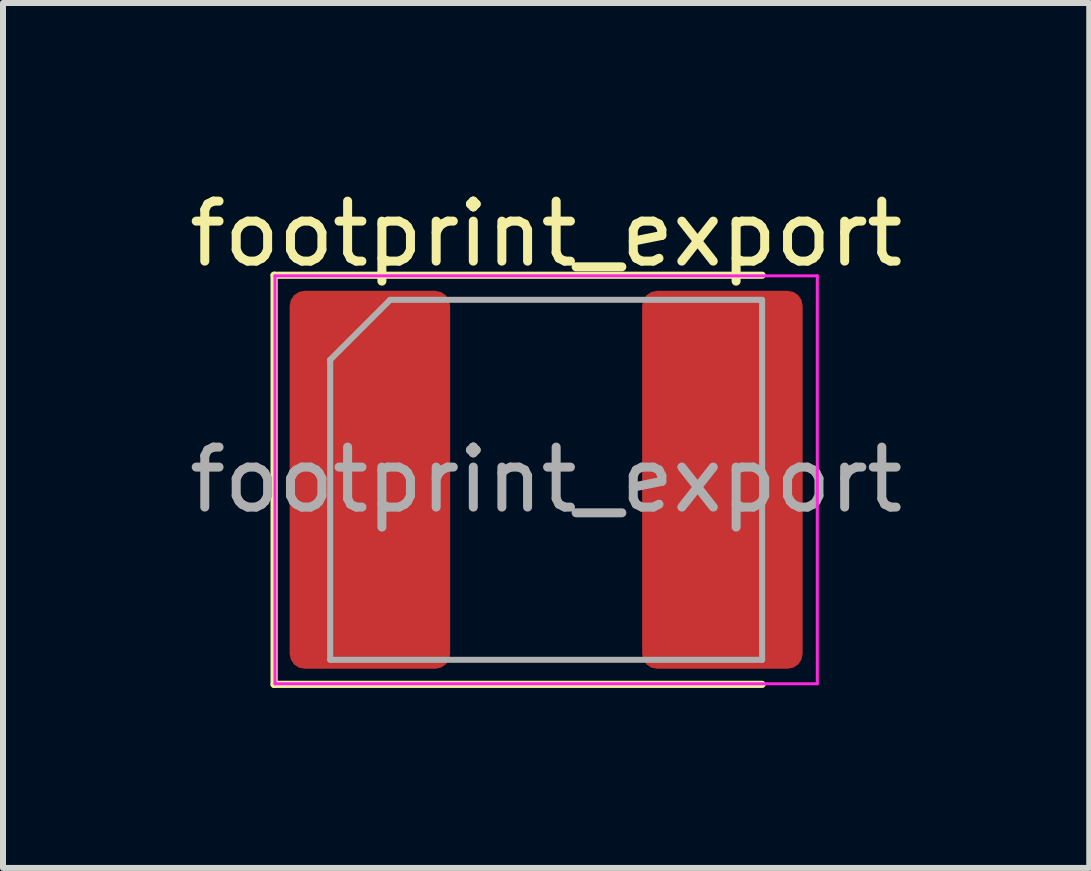
<source format=kicad_pcb>
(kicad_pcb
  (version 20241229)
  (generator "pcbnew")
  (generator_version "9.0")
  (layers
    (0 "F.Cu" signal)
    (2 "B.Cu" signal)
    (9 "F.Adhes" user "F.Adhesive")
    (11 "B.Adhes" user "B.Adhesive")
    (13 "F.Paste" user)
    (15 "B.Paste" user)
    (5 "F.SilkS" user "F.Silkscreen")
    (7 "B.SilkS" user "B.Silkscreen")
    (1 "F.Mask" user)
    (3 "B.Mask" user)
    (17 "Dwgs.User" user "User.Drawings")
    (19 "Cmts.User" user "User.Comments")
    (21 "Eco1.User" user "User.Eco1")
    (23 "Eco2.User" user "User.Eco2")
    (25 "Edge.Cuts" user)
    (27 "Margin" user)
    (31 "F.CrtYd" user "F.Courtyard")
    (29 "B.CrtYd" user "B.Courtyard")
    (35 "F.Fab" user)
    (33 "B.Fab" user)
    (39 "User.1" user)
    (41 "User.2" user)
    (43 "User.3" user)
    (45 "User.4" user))
  (footprint "footprint_export"
    (layer "F.Cu")
    (at 6.054 4.948)
    (property "Reference" "footprint_export" (at 0 -4.1 0) (layer "F.SilkS") (effects (font (size 1 1) (thickness 0.15))))
    (attr smd)
    (fp_line (start -4.535 -3.41) (end -4.535 3.41) (stroke (width 0.12) (type solid)) (layer "F.SilkS"))
    (fp_line (start -4.535 3.41) (end 3.6 3.41) (stroke (width 0.12) (type solid)) (layer "F.SilkS"))
    (fp_line (start 3.6 -3.41) (end -4.535 -3.41) (stroke (width 0.12) (type solid)) (layer "F.SilkS"))
    (fp_line (start -4.52 -3.4) (end 4.52 -3.4) (stroke (width 0.05) (type solid)) (layer "F.CrtYd"))
    (fp_line (start -4.52 3.4) (end -4.52 -3.4) (stroke (width 0.05) (type solid)) (layer "F.CrtYd"))
    (fp_line (start 4.52 -3.4) (end 4.52 3.4) (stroke (width 0.05) (type solid)) (layer "F.CrtYd"))
    (fp_line (start 4.52 3.4) (end -4.52 3.4) (stroke (width 0.05) (type solid)) (layer "F.CrtYd"))
    (fp_line (start -3.6 -2) (end -3.6 3) (stroke (width 0.1) (type solid)) (layer "F.Fab"))
    (fp_line (start -3.6 3) (end 3.6 3) (stroke (width 0.1) (type solid)) (layer "F.Fab"))
    (fp_line (start -2.6 -3) (end -3.6 -2) (stroke (width 0.1) (type solid)) (layer "F.Fab"))
    (fp_line (start 3.6 -3) (end -2.6 -3) (stroke (width 0.1) (type solid)) (layer "F.Fab"))
    (fp_line (start 3.6 3) (end 3.6 -3) (stroke (width 0.1) (type solid)) (layer "F.Fab"))
    (fp_text user "${REFERENCE}" (at 0 0 0) (layer "F.Fab") (effects (font (size 1 1) (thickness 0.15))))
    (pad "1" smd roundrect (at -2.938 0) (size 2.675 6.3) (layers "F.Cu" "F.Mask" "F.Paste") (roundrect_rratio 0.093))
    (pad "2" smd roundrect (at 2.938 0) (size 2.675 6.3) (layers "F.Cu" "F.Mask" "F.Paste") (roundrect_rratio 0.093)))
  (gr_rect
    (start -3 -3)
    (end 15.107 11.418)
    (stroke (width 0.1) (type default))
    (fill no)
    (layer "Edge.Cuts")))
</source>
